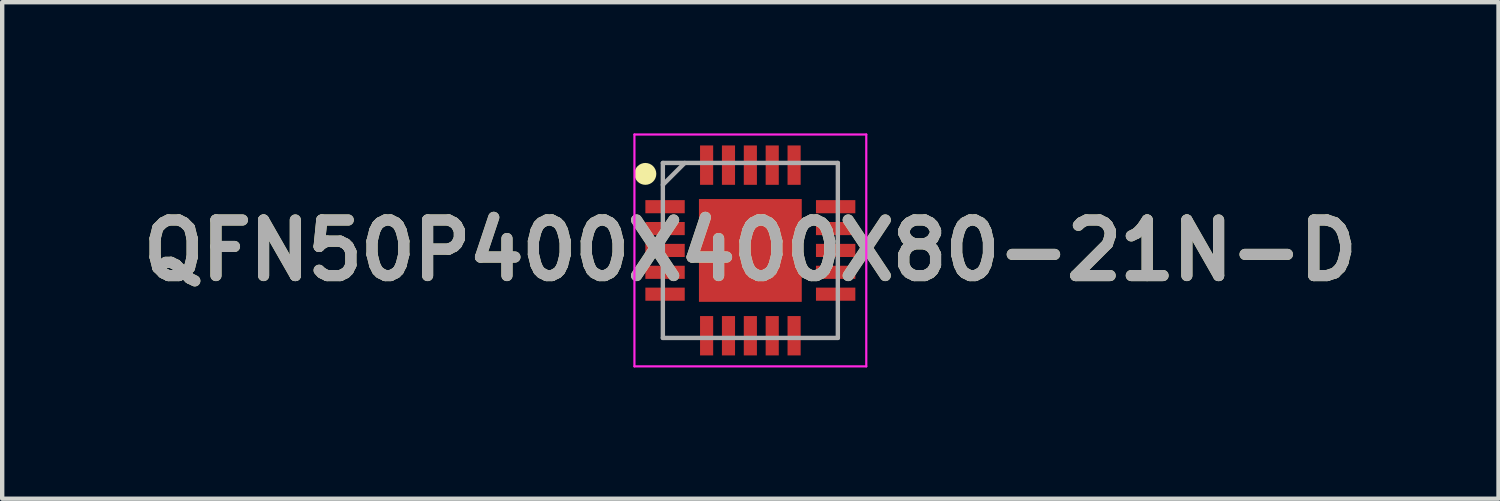
<source format=kicad_pcb>
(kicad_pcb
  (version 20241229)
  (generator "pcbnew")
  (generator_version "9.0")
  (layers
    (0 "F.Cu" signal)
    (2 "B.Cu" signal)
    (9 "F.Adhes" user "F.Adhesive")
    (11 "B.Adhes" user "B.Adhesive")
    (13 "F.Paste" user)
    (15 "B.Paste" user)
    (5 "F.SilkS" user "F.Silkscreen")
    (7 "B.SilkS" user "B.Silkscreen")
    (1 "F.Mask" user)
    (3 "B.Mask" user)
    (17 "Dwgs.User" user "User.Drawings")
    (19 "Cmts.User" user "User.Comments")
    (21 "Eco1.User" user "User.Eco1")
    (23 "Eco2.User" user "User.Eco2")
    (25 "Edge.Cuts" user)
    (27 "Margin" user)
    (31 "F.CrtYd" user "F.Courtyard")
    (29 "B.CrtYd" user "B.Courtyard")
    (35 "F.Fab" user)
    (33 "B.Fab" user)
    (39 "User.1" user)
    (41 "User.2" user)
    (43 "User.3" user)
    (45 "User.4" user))
  (footprint "QFN50P400X400X80-21N-D"
    (layer "F.Cu")
    (at 14.103 2.675)
    (property "Reference" "QFN50P400X400X80-21N-D" (at 0 0 0) (layer "F.SilkS") (effects (font (size 1.27 1.27) (thickness 0.254))))
    (attr smd)
    (fp_circle (center -2.4 -1.75) (end -2.4 -1.625) (stroke (width 0.25) (type solid)) (fill no) (layer "F.SilkS"))
    (fp_line (start -2.65 -2.65) (end 2.65 -2.65) (stroke (width 0.05) (type solid)) (layer "F.CrtYd"))
    (fp_line (start -2.65 2.65) (end -2.65 -2.65) (stroke (width 0.05) (type solid)) (layer "F.CrtYd"))
    (fp_line (start 2.65 -2.65) (end 2.65 2.65) (stroke (width 0.05) (type solid)) (layer "F.CrtYd"))
    (fp_line (start 2.65 2.65) (end -2.65 2.65) (stroke (width 0.05) (type solid)) (layer "F.CrtYd"))
    (fp_line (start -2 -2) (end 2 -2) (stroke (width 0.1) (type solid)) (layer "F.Fab"))
    (fp_line (start -2 -1.5) (end -1.5 -2) (stroke (width 0.1) (type solid)) (layer "F.Fab"))
    (fp_line (start -2 2) (end -2 -2) (stroke (width 0.1) (type solid)) (layer "F.Fab"))
    (fp_line (start 2 -2) (end 2 2) (stroke (width 0.1) (type solid)) (layer "F.Fab"))
    (fp_line (start 2 2) (end -2 2) (stroke (width 0.1) (type solid)) (layer "F.Fab"))
    (fp_text user "${REFERENCE}" (at 0 0 0) (layer "F.Fab") (effects (font (size 1.27 1.27) (thickness 0.254))))
    (pad "1" smd rect (at -1.95 -1 90) (size 0.3 0.9) (layers "F.Cu" "F.Mask" "F.Paste"))
    (pad "2" smd rect (at -1.95 -0.5 90) (size 0.3 0.9) (layers "F.Cu" "F.Mask" "F.Paste"))
    (pad "3" smd rect (at -1.95 0 90) (size 0.3 0.9) (layers "F.Cu" "F.Mask" "F.Paste"))
    (pad "4" smd rect (at -1.95 0.5 90) (size 0.3 0.9) (layers "F.Cu" "F.Mask" "F.Paste"))
    (pad "5" smd rect (at -1.95 1 90) (size 0.3 0.9) (layers "F.Cu" "F.Mask" "F.Paste"))
    (pad "6" smd rect (at -1 1.95) (size 0.3 0.9) (layers "F.Cu" "F.Mask" "F.Paste"))
    (pad "7" smd rect (at -0.5 1.95) (size 0.3 0.9) (layers "F.Cu" "F.Mask" "F.Paste"))
    (pad "8" smd rect (at 0 1.95) (size 0.3 0.9) (layers "F.Cu" "F.Mask" "F.Paste"))
    (pad "9" smd rect (at 0.5 1.95) (size 0.3 0.9) (layers "F.Cu" "F.Mask" "F.Paste"))
    (pad "10" smd rect (at 1 1.95) (size 0.3 0.9) (layers "F.Cu" "F.Mask" "F.Paste"))
    (pad "11" smd rect (at 1.95 1 90) (size 0.3 0.9) (layers "F.Cu" "F.Mask" "F.Paste"))
    (pad "12" smd rect (at 1.95 0.5 90) (size 0.3 0.9) (layers "F.Cu" "F.Mask" "F.Paste"))
    (pad "13" smd rect (at 1.95 0 90) (size 0.3 0.9) (layers "F.Cu" "F.Mask" "F.Paste"))
    (pad "14" smd rect (at 1.95 -0.5 90) (size 0.3 0.9) (layers "F.Cu" "F.Mask" "F.Paste"))
    (pad "15" smd rect (at 1.95 -1 90) (size 0.3 0.9) (layers "F.Cu" "F.Mask" "F.Paste"))
    (pad "16" smd rect (at 1 -1.95) (size 0.3 0.9) (layers "F.Cu" "F.Mask" "F.Paste"))
    (pad "17" smd rect (at 0.5 -1.95) (size 0.3 0.9) (layers "F.Cu" "F.Mask" "F.Paste"))
    (pad "18" smd rect (at 0 -1.95) (size 0.3 0.9) (layers "F.Cu" "F.Mask" "F.Paste"))
    (pad "19" smd rect (at -0.5 -1.95) (size 0.3 0.9) (layers "F.Cu" "F.Mask" "F.Paste"))
    (pad "20" smd rect (at -1 -1.95) (size 0.3 0.9) (layers "F.Cu" "F.Mask" "F.Paste"))
    (pad "21" smd rect (at 0 0) (size 2.35 2.35) (layers "F.Cu" "F.Mask" "F.Paste")))
  (gr_rect
    (start -3 -3)
    (end 31.206 8.35)
    (stroke (width 0.1) (type default))
    (fill no)
    (layer "Edge.Cuts")))
</source>
